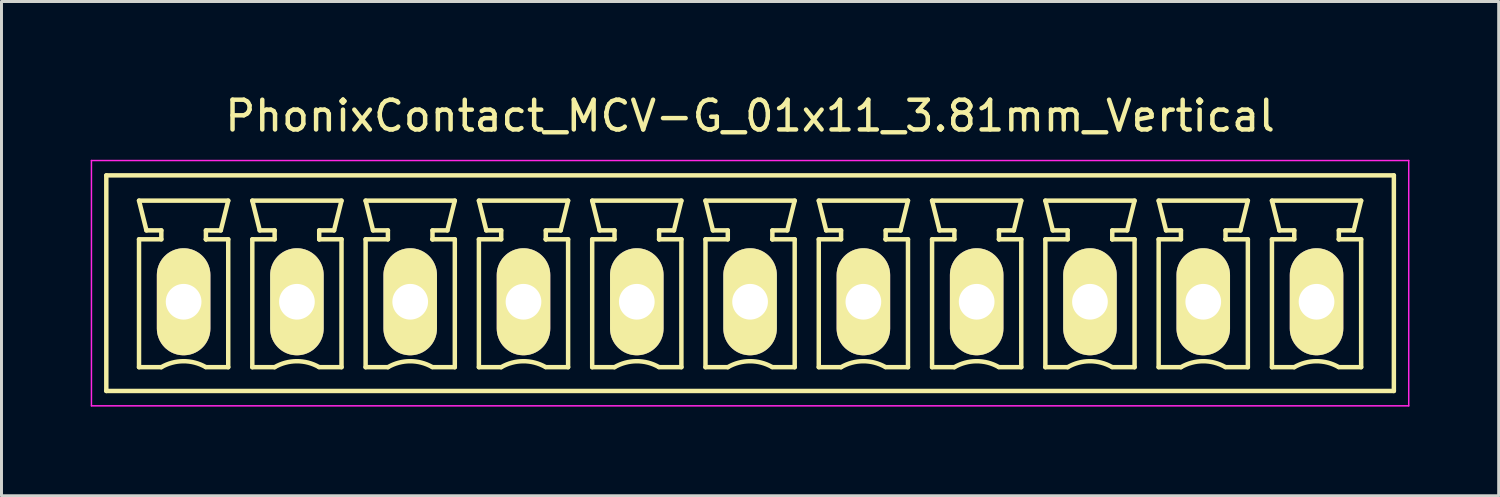
<source format=kicad_pcb>
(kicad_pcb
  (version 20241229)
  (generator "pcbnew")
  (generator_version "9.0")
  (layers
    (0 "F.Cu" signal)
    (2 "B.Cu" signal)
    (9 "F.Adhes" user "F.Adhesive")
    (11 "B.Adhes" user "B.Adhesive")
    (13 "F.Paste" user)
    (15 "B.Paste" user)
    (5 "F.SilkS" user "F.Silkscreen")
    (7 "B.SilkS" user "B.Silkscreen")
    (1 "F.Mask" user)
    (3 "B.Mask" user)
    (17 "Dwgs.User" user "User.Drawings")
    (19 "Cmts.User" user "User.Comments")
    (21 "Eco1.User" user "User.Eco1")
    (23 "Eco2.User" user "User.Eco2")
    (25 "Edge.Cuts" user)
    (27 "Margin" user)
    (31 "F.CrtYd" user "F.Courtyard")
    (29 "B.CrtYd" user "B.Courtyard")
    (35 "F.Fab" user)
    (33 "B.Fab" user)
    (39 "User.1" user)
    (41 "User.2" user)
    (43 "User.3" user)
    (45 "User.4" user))
  (footprint "PhonixContact_MCV-G_01x11_3.81mm_Vertical"
    (layer "F.Cu")
    (at 3.125 7.098)
    (property "Reference" "PhonixContact_MCV-G_01x11_3.81mm_Vertical" (at 19.05 -6.25 0) (layer "F.SilkS") (effects (font (size 1 1) (thickness 0.15))))
    (attr through_hole)
    (fp_line (start -2.6 -4.25) (end -2.6 3) (stroke (width 0.15) (type solid)) (layer "F.SilkS"))
    (fp_line (start -2.6 3) (end 40.7 3) (stroke (width 0.15) (type solid)) (layer "F.SilkS"))
    (fp_line (start -1.5 -3.4) (end 1.5 -3.4) (stroke (width 0.15) (type solid)) (layer "F.SilkS"))
    (fp_line (start -1.5 -2.1) (end -0.75 -2.1) (stroke (width 0.15) (type solid)) (layer "F.SilkS"))
    (fp_line (start -1.5 2.2) (end -1.5 -2.1) (stroke (width 0.15) (type solid)) (layer "F.SilkS"))
    (fp_line (start -1.25 -2.4) (end -1.5 -3.4) (stroke (width 0.15) (type solid)) (layer "F.SilkS"))
    (fp_line (start -0.75 -2.4) (end -1.25 -2.4) (stroke (width 0.15) (type solid)) (layer "F.SilkS"))
    (fp_line (start -0.75 -2.1) (end -0.75 -2.4) (stroke (width 0.15) (type solid)) (layer "F.SilkS"))
    (fp_line (start -0.75 2.2) (end -1.5 2.2) (stroke (width 0.15) (type solid)) (layer "F.SilkS"))
    (fp_line (start 0.75 -2.4) (end 0.75 -2.1) (stroke (width 0.15) (type solid)) (layer "F.SilkS"))
    (fp_line (start 0.75 -2.1) (end 0.75 -2.1) (stroke (width 0.15) (type solid)) (layer "F.SilkS"))
    (fp_line (start 0.75 -2.1) (end 1.5 -2.1) (stroke (width 0.15) (type solid)) (layer "F.SilkS"))
    (fp_line (start 1.25 -2.4) (end 0.75 -2.4) (stroke (width 0.15) (type solid)) (layer "F.SilkS"))
    (fp_line (start 1.5 -3.4) (end 1.25 -2.4) (stroke (width 0.15) (type solid)) (layer "F.SilkS"))
    (fp_line (start 1.5 -2.1) (end 1.5 2.2) (stroke (width 0.15) (type solid)) (layer "F.SilkS"))
    (fp_line (start 1.5 2.2) (end 0.75 2.2) (stroke (width 0.15) (type solid)) (layer "F.SilkS"))
    (fp_line (start 2.31 -3.4) (end 5.31 -3.4) (stroke (width 0.15) (type solid)) (layer "F.SilkS"))
    (fp_line (start 2.31 -2.1) (end 3.06 -2.1) (stroke (width 0.15) (type solid)) (layer "F.SilkS"))
    (fp_line (start 2.31 2.2) (end 2.31 -2.1) (stroke (width 0.15) (type solid)) (layer "F.SilkS"))
    (fp_line (start 2.56 -2.4) (end 2.31 -3.4) (stroke (width 0.15) (type solid)) (layer "F.SilkS"))
    (fp_line (start 3.06 -2.4) (end 2.56 -2.4) (stroke (width 0.15) (type solid)) (layer "F.SilkS"))
    (fp_line (start 3.06 -2.1) (end 3.06 -2.4) (stroke (width 0.15) (type solid)) (layer "F.SilkS"))
    (fp_line (start 3.06 2.2) (end 2.31 2.2) (stroke (width 0.15) (type solid)) (layer "F.SilkS"))
    (fp_line (start 4.56 -2.4) (end 4.56 -2.1) (stroke (width 0.15) (type solid)) (layer "F.SilkS"))
    (fp_line (start 4.56 -2.1) (end 4.56 -2.1) (stroke (width 0.15) (type solid)) (layer "F.SilkS"))
    (fp_line (start 4.56 -2.1) (end 5.31 -2.1) (stroke (width 0.15) (type solid)) (layer "F.SilkS"))
    (fp_line (start 5.06 -2.4) (end 4.56 -2.4) (stroke (width 0.15) (type solid)) (layer "F.SilkS"))
    (fp_line (start 5.31 -3.4) (end 5.06 -2.4) (stroke (width 0.15) (type solid)) (layer "F.SilkS"))
    (fp_line (start 5.31 -2.1) (end 5.31 2.2) (stroke (width 0.15) (type solid)) (layer "F.SilkS"))
    (fp_line (start 5.31 2.2) (end 4.56 2.2) (stroke (width 0.15) (type solid)) (layer "F.SilkS"))
    (fp_line (start 6.12 -3.4) (end 9.12 -3.4) (stroke (width 0.15) (type solid)) (layer "F.SilkS"))
    (fp_line (start 6.12 -2.1) (end 6.87 -2.1) (stroke (width 0.15) (type solid)) (layer "F.SilkS"))
    (fp_line (start 6.12 2.2) (end 6.12 -2.1) (stroke (width 0.15) (type solid)) (layer "F.SilkS"))
    (fp_line (start 6.37 -2.4) (end 6.12 -3.4) (stroke (width 0.15) (type solid)) (layer "F.SilkS"))
    (fp_line (start 6.87 -2.4) (end 6.37 -2.4) (stroke (width 0.15) (type solid)) (layer "F.SilkS"))
    (fp_line (start 6.87 -2.1) (end 6.87 -2.4) (stroke (width 0.15) (type solid)) (layer "F.SilkS"))
    (fp_line (start 6.87 2.2) (end 6.12 2.2) (stroke (width 0.15) (type solid)) (layer "F.SilkS"))
    (fp_line (start 8.37 -2.4) (end 8.37 -2.1) (stroke (width 0.15) (type solid)) (layer "F.SilkS"))
    (fp_line (start 8.37 -2.1) (end 8.37 -2.1) (stroke (width 0.15) (type solid)) (layer "F.SilkS"))
    (fp_line (start 8.37 -2.1) (end 9.12 -2.1) (stroke (width 0.15) (type solid)) (layer "F.SilkS"))
    (fp_line (start 8.87 -2.4) (end 8.37 -2.4) (stroke (width 0.15) (type solid)) (layer "F.SilkS"))
    (fp_line (start 9.12 -3.4) (end 8.87 -2.4) (stroke (width 0.15) (type solid)) (layer "F.SilkS"))
    (fp_line (start 9.12 -2.1) (end 9.12 2.2) (stroke (width 0.15) (type solid)) (layer "F.SilkS"))
    (fp_line (start 9.12 2.2) (end 8.37 2.2) (stroke (width 0.15) (type solid)) (layer "F.SilkS"))
    (fp_line (start 9.93 -3.4) (end 12.93 -3.4) (stroke (width 0.15) (type solid)) (layer "F.SilkS"))
    (fp_line (start 9.93 -2.1) (end 10.68 -2.1) (stroke (width 0.15) (type solid)) (layer "F.SilkS"))
    (fp_line (start 9.93 2.2) (end 9.93 -2.1) (stroke (width 0.15) (type solid)) (layer "F.SilkS"))
    (fp_line (start 10.18 -2.4) (end 9.93 -3.4) (stroke (width 0.15) (type solid)) (layer "F.SilkS"))
    (fp_line (start 10.68 -2.4) (end 10.18 -2.4) (stroke (width 0.15) (type solid)) (layer "F.SilkS"))
    (fp_line (start 10.68 -2.1) (end 10.68 -2.4) (stroke (width 0.15) (type solid)) (layer "F.SilkS"))
    (fp_line (start 10.68 2.2) (end 9.93 2.2) (stroke (width 0.15) (type solid)) (layer "F.SilkS"))
    (fp_line (start 12.18 -2.4) (end 12.18 -2.1) (stroke (width 0.15) (type solid)) (layer "F.SilkS"))
    (fp_line (start 12.18 -2.1) (end 12.18 -2.1) (stroke (width 0.15) (type solid)) (layer "F.SilkS"))
    (fp_line (start 12.18 -2.1) (end 12.93 -2.1) (stroke (width 0.15) (type solid)) (layer "F.SilkS"))
    (fp_line (start 12.68 -2.4) (end 12.18 -2.4) (stroke (width 0.15) (type solid)) (layer "F.SilkS"))
    (fp_line (start 12.93 -3.4) (end 12.68 -2.4) (stroke (width 0.15) (type solid)) (layer "F.SilkS"))
    (fp_line (start 12.93 -2.1) (end 12.93 2.2) (stroke (width 0.15) (type solid)) (layer "F.SilkS"))
    (fp_line (start 12.93 2.2) (end 12.18 2.2) (stroke (width 0.15) (type solid)) (layer "F.SilkS"))
    (fp_line (start 13.74 -3.4) (end 16.74 -3.4) (stroke (width 0.15) (type solid)) (layer "F.SilkS"))
    (fp_line (start 13.74 -2.1) (end 14.49 -2.1) (stroke (width 0.15) (type solid)) (layer "F.SilkS"))
    (fp_line (start 13.74 2.2) (end 13.74 -2.1) (stroke (width 0.15) (type solid)) (layer "F.SilkS"))
    (fp_line (start 13.99 -2.4) (end 13.74 -3.4) (stroke (width 0.15) (type solid)) (layer "F.SilkS"))
    (fp_line (start 14.49 -2.4) (end 13.99 -2.4) (stroke (width 0.15) (type solid)) (layer "F.SilkS"))
    (fp_line (start 14.49 -2.1) (end 14.49 -2.4) (stroke (width 0.15) (type solid)) (layer "F.SilkS"))
    (fp_line (start 14.49 2.2) (end 13.74 2.2) (stroke (width 0.15) (type solid)) (layer "F.SilkS"))
    (fp_line (start 15.99 -2.4) (end 15.99 -2.1) (stroke (width 0.15) (type solid)) (layer "F.SilkS"))
    (fp_line (start 15.99 -2.1) (end 15.99 -2.1) (stroke (width 0.15) (type solid)) (layer "F.SilkS"))
    (fp_line (start 15.99 -2.1) (end 16.74 -2.1) (stroke (width 0.15) (type solid)) (layer "F.SilkS"))
    (fp_line (start 16.49 -2.4) (end 15.99 -2.4) (stroke (width 0.15) (type solid)) (layer "F.SilkS"))
    (fp_line (start 16.74 -3.4) (end 16.49 -2.4) (stroke (width 0.15) (type solid)) (layer "F.SilkS"))
    (fp_line (start 16.74 -2.1) (end 16.74 2.2) (stroke (width 0.15) (type solid)) (layer "F.SilkS"))
    (fp_line (start 16.74 2.2) (end 15.99 2.2) (stroke (width 0.15) (type solid)) (layer "F.SilkS"))
    (fp_line (start 17.55 -3.4) (end 20.55 -3.4) (stroke (width 0.15) (type solid)) (layer "F.SilkS"))
    (fp_line (start 17.55 -2.1) (end 18.3 -2.1) (stroke (width 0.15) (type solid)) (layer "F.SilkS"))
    (fp_line (start 17.55 2.2) (end 17.55 -2.1) (stroke (width 0.15) (type solid)) (layer "F.SilkS"))
    (fp_line (start 17.8 -2.4) (end 17.55 -3.4) (stroke (width 0.15) (type solid)) (layer "F.SilkS"))
    (fp_line (start 18.3 -2.4) (end 17.8 -2.4) (stroke (width 0.15) (type solid)) (layer "F.SilkS"))
    (fp_line (start 18.3 -2.1) (end 18.3 -2.4) (stroke (width 0.15) (type solid)) (layer "F.SilkS"))
    (fp_line (start 18.3 2.2) (end 17.55 2.2) (stroke (width 0.15) (type solid)) (layer "F.SilkS"))
    (fp_line (start 19.8 -2.4) (end 19.8 -2.1) (stroke (width 0.15) (type solid)) (layer "F.SilkS"))
    (fp_line (start 19.8 -2.1) (end 19.8 -2.1) (stroke (width 0.15) (type solid)) (layer "F.SilkS"))
    (fp_line (start 19.8 -2.1) (end 20.55 -2.1) (stroke (width 0.15) (type solid)) (layer "F.SilkS"))
    (fp_line (start 20.3 -2.4) (end 19.8 -2.4) (stroke (width 0.15) (type solid)) (layer "F.SilkS"))
    (fp_line (start 20.55 -3.4) (end 20.3 -2.4) (stroke (width 0.15) (type solid)) (layer "F.SilkS"))
    (fp_line (start 20.55 -2.1) (end 20.55 2.2) (stroke (width 0.15) (type solid)) (layer "F.SilkS"))
    (fp_line (start 20.55 2.2) (end 19.8 2.2) (stroke (width 0.15) (type solid)) (layer "F.SilkS"))
    (fp_line (start 21.36 -3.4) (end 24.36 -3.4) (stroke (width 0.15) (type solid)) (layer "F.SilkS"))
    (fp_line (start 21.36 -2.1) (end 22.11 -2.1) (stroke (width 0.15) (type solid)) (layer "F.SilkS"))
    (fp_line (start 21.36 2.2) (end 21.36 -2.1) (stroke (width 0.15) (type solid)) (layer "F.SilkS"))
    (fp_line (start 21.61 -2.4) (end 21.36 -3.4) (stroke (width 0.15) (type solid)) (layer "F.SilkS"))
    (fp_line (start 22.11 -2.4) (end 21.61 -2.4) (stroke (width 0.15) (type solid)) (layer "F.SilkS"))
    (fp_line (start 22.11 -2.1) (end 22.11 -2.4) (stroke (width 0.15) (type solid)) (layer "F.SilkS"))
    (fp_line (start 22.11 2.2) (end 21.36 2.2) (stroke (width 0.15) (type solid)) (layer "F.SilkS"))
    (fp_line (start 23.61 -2.4) (end 23.61 -2.1) (stroke (width 0.15) (type solid)) (layer "F.SilkS"))
    (fp_line (start 23.61 -2.1) (end 23.61 -2.1) (stroke (width 0.15) (type solid)) (layer "F.SilkS"))
    (fp_line (start 23.61 -2.1) (end 24.36 -2.1) (stroke (width 0.15) (type solid)) (layer "F.SilkS"))
    (fp_line (start 24.11 -2.4) (end 23.61 -2.4) (stroke (width 0.15) (type solid)) (layer "F.SilkS"))
    (fp_line (start 24.36 -3.4) (end 24.11 -2.4) (stroke (width 0.15) (type solid)) (layer "F.SilkS"))
    (fp_line (start 24.36 -2.1) (end 24.36 2.2) (stroke (width 0.15) (type solid)) (layer "F.SilkS"))
    (fp_line (start 24.36 2.2) (end 23.61 2.2) (stroke (width 0.15) (type solid)) (layer "F.SilkS"))
    (fp_line (start 25.17 -3.4) (end 28.17 -3.4) (stroke (width 0.15) (type solid)) (layer "F.SilkS"))
    (fp_line (start 25.17 -2.1) (end 25.92 -2.1) (stroke (width 0.15) (type solid)) (layer "F.SilkS"))
    (fp_line (start 25.17 2.2) (end 25.17 -2.1) (stroke (width 0.15) (type solid)) (layer "F.SilkS"))
    (fp_line (start 25.42 -2.4) (end 25.17 -3.4) (stroke (width 0.15) (type solid)) (layer "F.SilkS"))
    (fp_line (start 25.92 -2.4) (end 25.42 -2.4) (stroke (width 0.15) (type solid)) (layer "F.SilkS"))
    (fp_line (start 25.92 -2.1) (end 25.92 -2.4) (stroke (width 0.15) (type solid)) (layer "F.SilkS"))
    (fp_line (start 25.92 2.2) (end 25.17 2.2) (stroke (width 0.15) (type solid)) (layer "F.SilkS"))
    (fp_line (start 27.42 -2.4) (end 27.42 -2.1) (stroke (width 0.15) (type solid)) (layer "F.SilkS"))
    (fp_line (start 27.42 -2.1) (end 27.42 -2.1) (stroke (width 0.15) (type solid)) (layer "F.SilkS"))
    (fp_line (start 27.42 -2.1) (end 28.17 -2.1) (stroke (width 0.15) (type solid)) (layer "F.SilkS"))
    (fp_line (start 27.92 -2.4) (end 27.42 -2.4) (stroke (width 0.15) (type solid)) (layer "F.SilkS"))
    (fp_line (start 28.17 -3.4) (end 27.92 -2.4) (stroke (width 0.15) (type solid)) (layer "F.SilkS"))
    (fp_line (start 28.17 -2.1) (end 28.17 2.2) (stroke (width 0.15) (type solid)) (layer "F.SilkS"))
    (fp_line (start 28.17 2.2) (end 27.42 2.2) (stroke (width 0.15) (type solid)) (layer "F.SilkS"))
    (fp_line (start 28.98 -3.4) (end 31.98 -3.4) (stroke (width 0.15) (type solid)) (layer "F.SilkS"))
    (fp_line (start 28.98 -2.1) (end 29.73 -2.1) (stroke (width 0.15) (type solid)) (layer "F.SilkS"))
    (fp_line (start 28.98 2.2) (end 28.98 -2.1) (stroke (width 0.15) (type solid)) (layer "F.SilkS"))
    (fp_line (start 29.23 -2.4) (end 28.98 -3.4) (stroke (width 0.15) (type solid)) (layer "F.SilkS"))
    (fp_line (start 29.73 -2.4) (end 29.23 -2.4) (stroke (width 0.15) (type solid)) (layer "F.SilkS"))
    (fp_line (start 29.73 -2.1) (end 29.73 -2.4) (stroke (width 0.15) (type solid)) (layer "F.SilkS"))
    (fp_line (start 29.73 2.2) (end 28.98 2.2) (stroke (width 0.15) (type solid)) (layer "F.SilkS"))
    (fp_line (start 31.23 -2.4) (end 31.23 -2.1) (stroke (width 0.15) (type solid)) (layer "F.SilkS"))
    (fp_line (start 31.23 -2.1) (end 31.23 -2.1) (stroke (width 0.15) (type solid)) (layer "F.SilkS"))
    (fp_line (start 31.23 -2.1) (end 31.98 -2.1) (stroke (width 0.15) (type solid)) (layer "F.SilkS"))
    (fp_line (start 31.73 -2.4) (end 31.23 -2.4) (stroke (width 0.15) (type solid)) (layer "F.SilkS"))
    (fp_line (start 31.98 -3.4) (end 31.73 -2.4) (stroke (width 0.15) (type solid)) (layer "F.SilkS"))
    (fp_line (start 31.98 -2.1) (end 31.98 2.2) (stroke (width 0.15) (type solid)) (layer "F.SilkS"))
    (fp_line (start 31.98 2.2) (end 31.23 2.2) (stroke (width 0.15) (type solid)) (layer "F.SilkS"))
    (fp_line (start 32.79 -3.4) (end 35.79 -3.4) (stroke (width 0.15) (type solid)) (layer "F.SilkS"))
    (fp_line (start 32.79 -2.1) (end 33.54 -2.1) (stroke (width 0.15) (type solid)) (layer "F.SilkS"))
    (fp_line (start 32.79 2.2) (end 32.79 -2.1) (stroke (width 0.15) (type solid)) (layer "F.SilkS"))
    (fp_line (start 33.04 -2.4) (end 32.79 -3.4) (stroke (width 0.15) (type solid)) (layer "F.SilkS"))
    (fp_line (start 33.54 -2.4) (end 33.04 -2.4) (stroke (width 0.15) (type solid)) (layer "F.SilkS"))
    (fp_line (start 33.54 -2.1) (end 33.54 -2.4) (stroke (width 0.15) (type solid)) (layer "F.SilkS"))
    (fp_line (start 33.54 2.2) (end 32.79 2.2) (stroke (width 0.15) (type solid)) (layer "F.SilkS"))
    (fp_line (start 35.04 -2.4) (end 35.04 -2.1) (stroke (width 0.15) (type solid)) (layer "F.SilkS"))
    (fp_line (start 35.04 -2.1) (end 35.04 -2.1) (stroke (width 0.15) (type solid)) (layer "F.SilkS"))
    (fp_line (start 35.04 -2.1) (end 35.79 -2.1) (stroke (width 0.15) (type solid)) (layer "F.SilkS"))
    (fp_line (start 35.54 -2.4) (end 35.04 -2.4) (stroke (width 0.15) (type solid)) (layer "F.SilkS"))
    (fp_line (start 35.79 -3.4) (end 35.54 -2.4) (stroke (width 0.15) (type solid)) (layer "F.SilkS"))
    (fp_line (start 35.79 -2.1) (end 35.79 2.2) (stroke (width 0.15) (type solid)) (layer "F.SilkS"))
    (fp_line (start 35.79 2.2) (end 35.04 2.2) (stroke (width 0.15) (type solid)) (layer "F.SilkS"))
    (fp_line (start 36.6 -3.4) (end 39.6 -3.4) (stroke (width 0.15) (type solid)) (layer "F.SilkS"))
    (fp_line (start 36.6 -2.1) (end 37.35 -2.1) (stroke (width 0.15) (type solid)) (layer "F.SilkS"))
    (fp_line (start 36.6 2.2) (end 36.6 -2.1) (stroke (width 0.15) (type solid)) (layer "F.SilkS"))
    (fp_line (start 36.85 -2.4) (end 36.6 -3.4) (stroke (width 0.15) (type solid)) (layer "F.SilkS"))
    (fp_line (start 37.35 -2.4) (end 36.85 -2.4) (stroke (width 0.15) (type solid)) (layer "F.SilkS"))
    (fp_line (start 37.35 -2.1) (end 37.35 -2.4) (stroke (width 0.15) (type solid)) (layer "F.SilkS"))
    (fp_line (start 37.35 2.2) (end 36.6 2.2) (stroke (width 0.15) (type solid)) (layer "F.SilkS"))
    (fp_line (start 38.85 -2.4) (end 38.85 -2.1) (stroke (width 0.15) (type solid)) (layer "F.SilkS"))
    (fp_line (start 38.85 -2.1) (end 38.85 -2.1) (stroke (width 0.15) (type solid)) (layer "F.SilkS"))
    (fp_line (start 38.85 -2.1) (end 39.6 -2.1) (stroke (width 0.15) (type solid)) (layer "F.SilkS"))
    (fp_line (start 39.35 -2.4) (end 38.85 -2.4) (stroke (width 0.15) (type solid)) (layer "F.SilkS"))
    (fp_line (start 39.6 -3.4) (end 39.35 -2.4) (stroke (width 0.15) (type solid)) (layer "F.SilkS"))
    (fp_line (start 39.6 -2.1) (end 39.6 2.2) (stroke (width 0.15) (type solid)) (layer "F.SilkS"))
    (fp_line (start 39.6 2.2) (end 38.85 2.2) (stroke (width 0.15) (type solid)) (layer "F.SilkS"))
    (fp_line (start 40.7 -4.25) (end -2.6 -4.25) (stroke (width 0.15) (type solid)) (layer "F.SilkS"))
    (fp_line (start 40.7 3) (end 40.7 -4.25) (stroke (width 0.15) (type solid)) (layer "F.SilkS"))
    (fp_arc (start -0.75 2.2) (mid -0.006068 1.999179) (end 0.739464 2.193978) (stroke (width 0.15) (type solid)) (layer "F.SilkS"))
    (fp_arc (start 3.06 2.2) (mid 3.803932 1.999179) (end 4.549464 2.193978) (stroke (width 0.15) (type solid)) (layer "F.SilkS"))
    (fp_arc (start 6.87 2.2) (mid 7.613932 1.999179) (end 8.359464 2.193978) (stroke (width 0.15) (type solid)) (layer "F.SilkS"))
    (fp_arc (start 10.68 2.2) (mid 11.423932 1.999179) (end 12.169464 2.193978) (stroke (width 0.15) (type solid)) (layer "F.SilkS"))
    (fp_arc (start 14.49 2.2) (mid 15.233932 1.999179) (end 15.979464 2.193978) (stroke (width 0.15) (type solid)) (layer "F.SilkS"))
    (fp_arc (start 18.3 2.2) (mid 19.043932 1.999179) (end 19.789464 2.193978) (stroke (width 0.15) (type solid)) (layer "F.SilkS"))
    (fp_arc (start 22.11 2.2) (mid 22.853932 1.999179) (end 23.599464 2.193978) (stroke (width 0.15) (type solid)) (layer "F.SilkS"))
    (fp_arc (start 25.92 2.2) (mid 26.663932 1.999179) (end 27.409464 2.193978) (stroke (width 0.15) (type solid)) (layer "F.SilkS"))
    (fp_arc (start 29.73 2.2) (mid 30.473932 1.999179) (end 31.219464 2.193978) (stroke (width 0.15) (type solid)) (layer "F.SilkS"))
    (fp_arc (start 33.54 2.2) (mid 34.283932 1.999179) (end 35.029464 2.193978) (stroke (width 0.15) (type solid)) (layer "F.SilkS"))
    (fp_arc (start 37.35 2.2) (mid 38.093932 1.999179) (end 38.839464 2.193978) (stroke (width 0.15) (type solid)) (layer "F.SilkS"))
    (fp_line (start -3.1 -4.75) (end -3.1 3.5) (stroke (width 0.05) (type solid)) (layer "F.CrtYd"))
    (fp_line (start -3.1 3.5) (end 41.2 3.5) (stroke (width 0.05) (type solid)) (layer "F.CrtYd"))
    (fp_line (start 41.2 -4.75) (end -3.1 -4.75) (stroke (width 0.05) (type solid)) (layer "F.CrtYd"))
    (fp_line (start 41.2 3.5) (end 41.2 -4.75) (stroke (width 0.05) (type solid)) (layer "F.CrtYd"))
    (pad "1" thru_hole oval (at 0 0) (size 1.8 3.6) (drill 1.2) (layers "*.Cu" "*.Mask" "F.SilkS"))
    (pad "2" thru_hole oval (at 3.81 0) (size 1.8 3.6) (drill 1.2) (layers "*.Cu" "*.Mask" "F.SilkS"))
    (pad "3" thru_hole oval (at 7.62 0) (size 1.8 3.6) (drill 1.2) (layers "*.Cu" "*.Mask" "F.SilkS"))
    (pad "4" thru_hole oval (at 11.43 0) (size 1.8 3.6) (drill 1.2) (layers "*.Cu" "*.Mask" "F.SilkS"))
    (pad "5" thru_hole oval (at 15.24 0) (size 1.8 3.6) (drill 1.2) (layers "*.Cu" "*.Mask" "F.SilkS"))
    (pad "6" thru_hole oval (at 19.05 0) (size 1.8 3.6) (drill 1.2) (layers "*.Cu" "*.Mask" "F.SilkS"))
    (pad "7" thru_hole oval (at 22.86 0) (size 1.8 3.6) (drill 1.2) (layers "*.Cu" "*.Mask" "F.SilkS"))
    (pad "8" thru_hole oval (at 26.67 0) (size 1.8 3.6) (drill 1.2) (layers "*.Cu" "*.Mask" "F.SilkS"))
    (pad "9" thru_hole oval (at 30.48 0) (size 1.8 3.6) (drill 1.2) (layers "*.Cu" "*.Mask" "F.SilkS"))
    (pad "10" thru_hole oval (at 34.29 0) (size 1.8 3.6) (drill 1.2) (layers "*.Cu" "*.Mask" "F.SilkS"))
    (pad "11" thru_hole oval (at 38.1 0) (size 1.8 3.6) (drill 1.2) (layers "*.Cu" "*.Mask" "F.SilkS")))
  (gr_rect
    (start -3 -3)
    (end 47.35 13.623)
    (stroke (width 0.1) (type default))
    (fill no)
    (layer "Edge.Cuts")))
</source>
